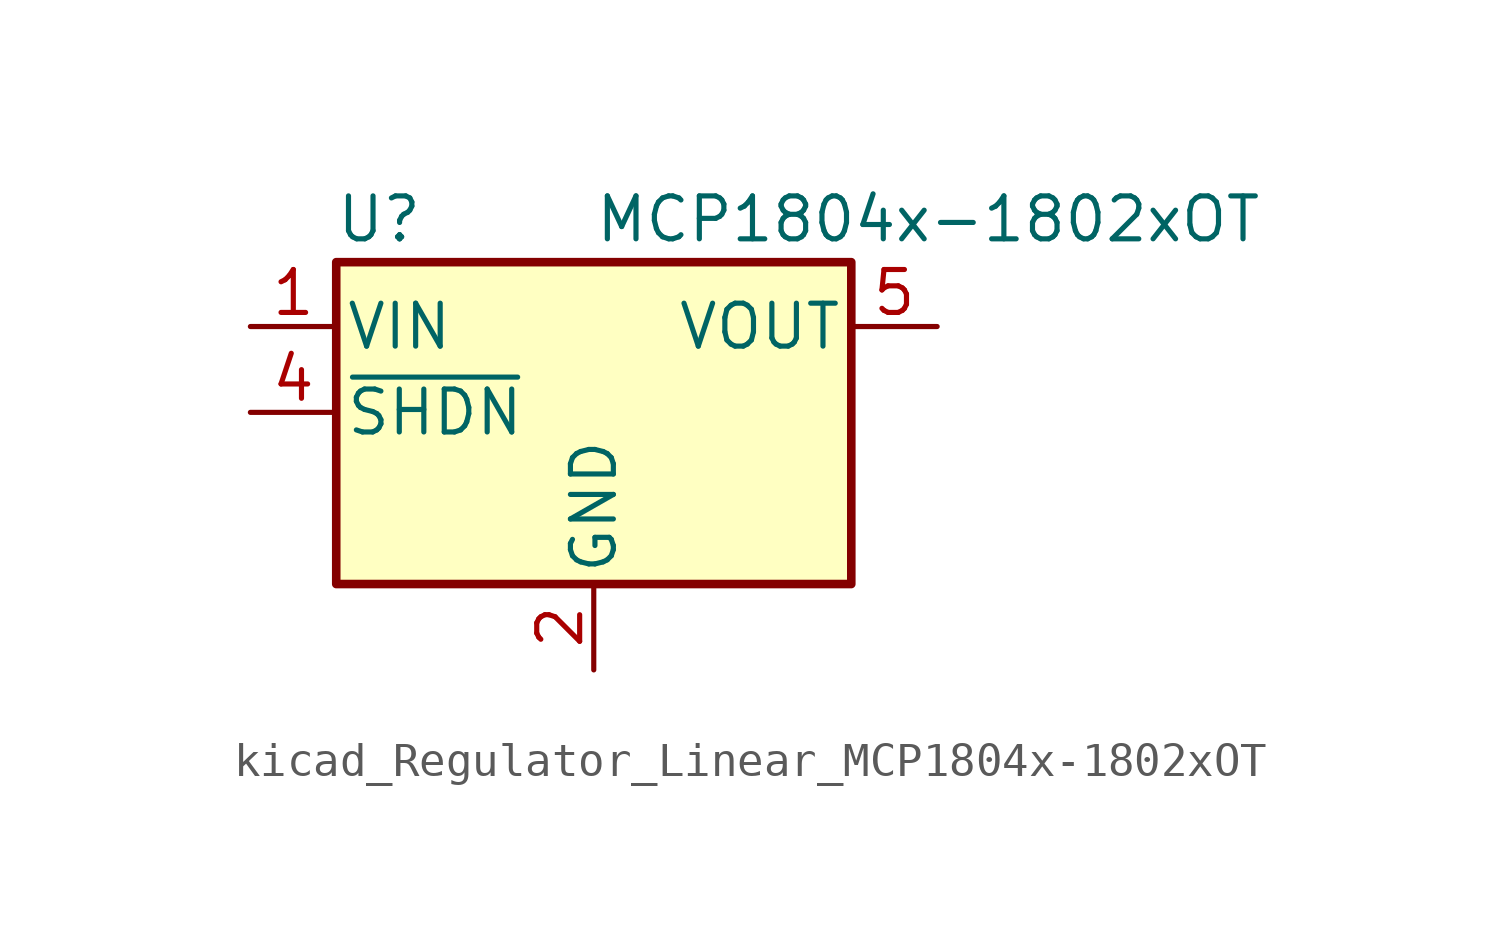
<source format=kicad_sym>
(kicad_symbol_lib
  (version 20220914)
  (generator kicad_symbol_editor)
  (symbol "kicad_Regulator_Linear_MCP1804x-1802xOT"
    (pin_names
      (offset 0.254))
    (property "Reference" "U"
      (at -6.35 5.715 0)
      (effects (font (size 1.27 1.27))))
    (property "Value" "MCP1804x-1802xOT"
      (at 0 5.715 0)
      (effects (font (size 1.27 1.27)) (justify left)))
    (symbol "kicad_Regulator_Linear_MCP1804x-1802xOT_0_1"
      (rectangle (start -7.62 -5.08) (end 7.62 4.445) (stroke (width 0.254) (type default)) (fill (type background))))
    (symbol "kicad_Regulator_Linear_MCP1804x-1802xOT_1_1"
      (pin power_in line (at -10.16 2.54 0) (length 2.54) (name "VIN" (effects (font (size 1.27 1.27)))) (number "1" (effects (font (size 1.27 1.27)))))
      (pin power_in line (at 0 -7.62 90) (length 2.54) (name "GND" (effects (font (size 1.27 1.27)))) (number "2" (effects (font (size 1.27 1.27)))))
      (pin no_connect line (at 7.62 0 180) (length 2.54) hide (name "NC" (effects (font (size 1.27 1.27)))) (number "3" (effects (font (size 1.27 1.27)))))
      (pin input line (at -10.16 0 0) (length 2.54) (name "~{SHDN}" (effects (font (size 1.27 1.27)))) (number "4" (effects (font (size 1.27 1.27)))))
      (pin power_out line (at 10.16 2.54 180) (length 2.54) (name "VOUT" (effects (font (size 1.27 1.27)))) (number "5" (effects (font (size 1.27 1.27))))))))
</source>
